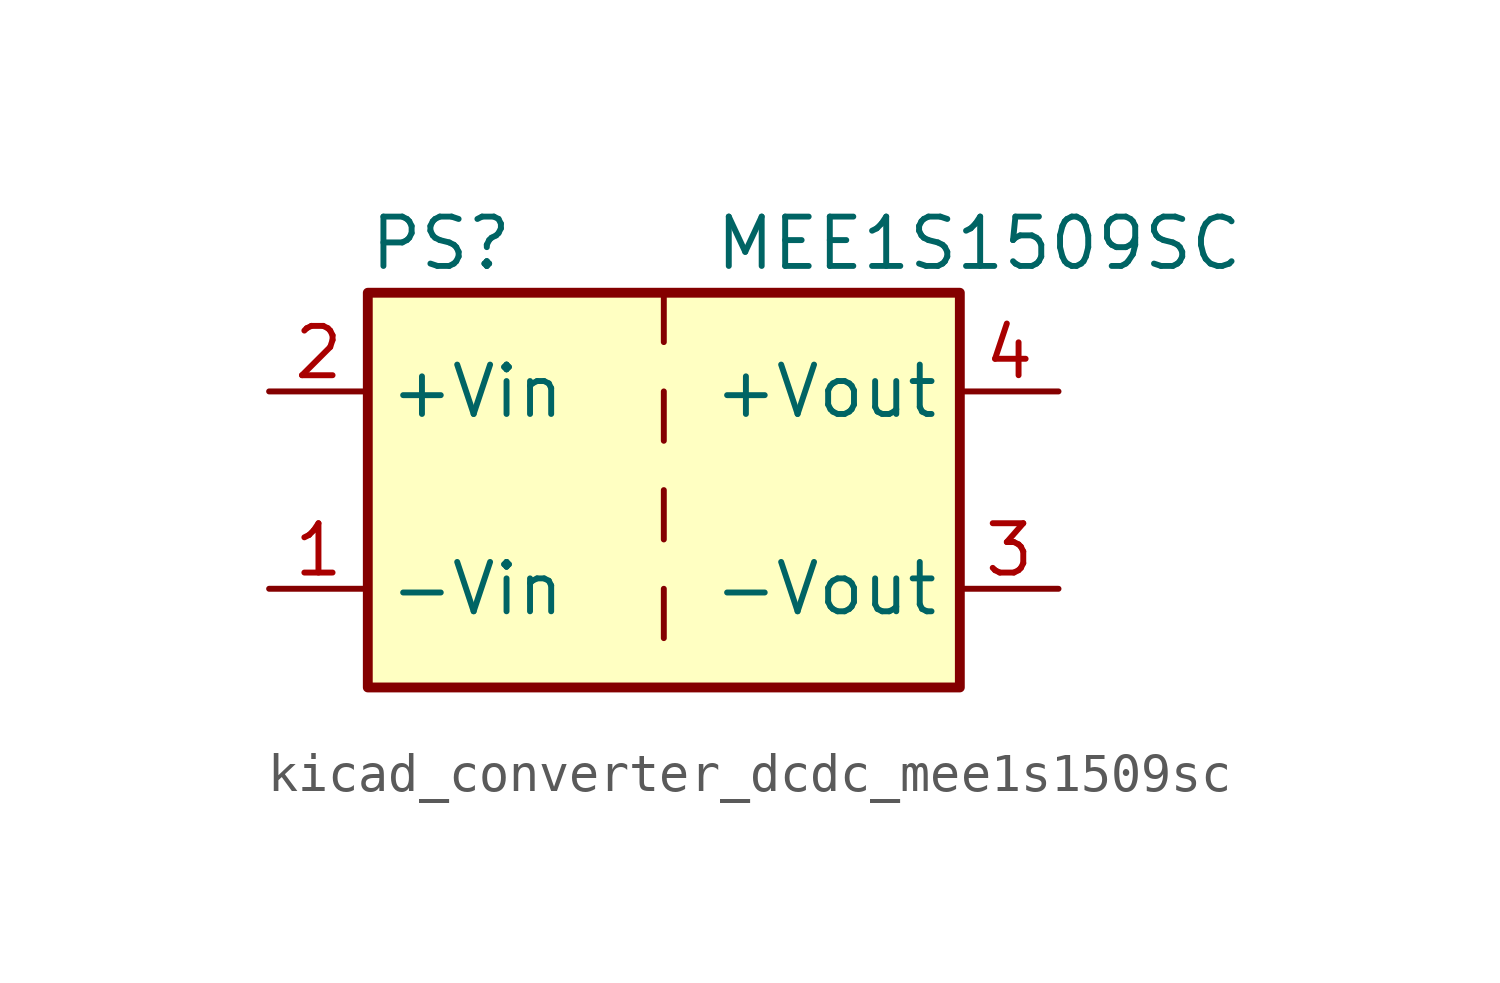
<source format=kicad_sym>
(kicad_symbol_lib
  (version 20220914)
  (generator kicad_symbol_editor)
  (symbol "kicad_converter_dcdc_mee1s1509sc"
    (property "Reference" "PS"
      (at -7.62 6.35 0)
      (effects (font (size 1.27 1.27)) (justify left)))
    (property "Value" "MEE1S1509SC"
      (at 1.27 6.35 0)
      (effects (font (size 1.27 1.27)) (justify left)))
    (symbol "kicad_converter_dcdc_mee1s1509sc_0_0"
      (pin power_in line (at -10.16 -2.54 0) (length 2.54) (name "-Vin" (effects (font (size 1.27 1.27)))) (number "1" (effects (font (size 1.27 1.27)))))
      (pin power_in line (at -10.16 2.54 0) (length 2.54) (name "+Vin" (effects (font (size 1.27 1.27)))) (number "2" (effects (font (size 1.27 1.27)))))
      (pin power_out line (at 10.16 -2.54 180) (length 2.54) (name "-Vout" (effects (font (size 1.27 1.27)))) (number "3" (effects (font (size 1.27 1.27)))))
      (pin power_out line (at 10.16 2.54 180) (length 2.54) (name "+Vout" (effects (font (size 1.27 1.27)))) (number "4" (effects (font (size 1.27 1.27))))))
    (symbol "kicad_converter_dcdc_mee1s1509sc_0_1"
      (rectangle (start -7.62 5.08) (end 7.62 -5.08) (stroke (width 0.254) (type default)) (fill (type background)))
      (polyline (pts (xy 0 -2.54) (xy 0 -3.81)) (stroke (width 0) (type default)) (fill (type none)))
      (polyline (pts (xy 0 0) (xy 0 -1.27)) (stroke (width 0) (type default)) (fill (type none)))
      (polyline (pts (xy 0 2.54) (xy 0 1.27)) (stroke (width 0) (type default)) (fill (type none)))
      (polyline (pts (xy 0 5.08) (xy 0 3.81)) (stroke (width 0) (type default)) (fill (type none))))))
</source>
